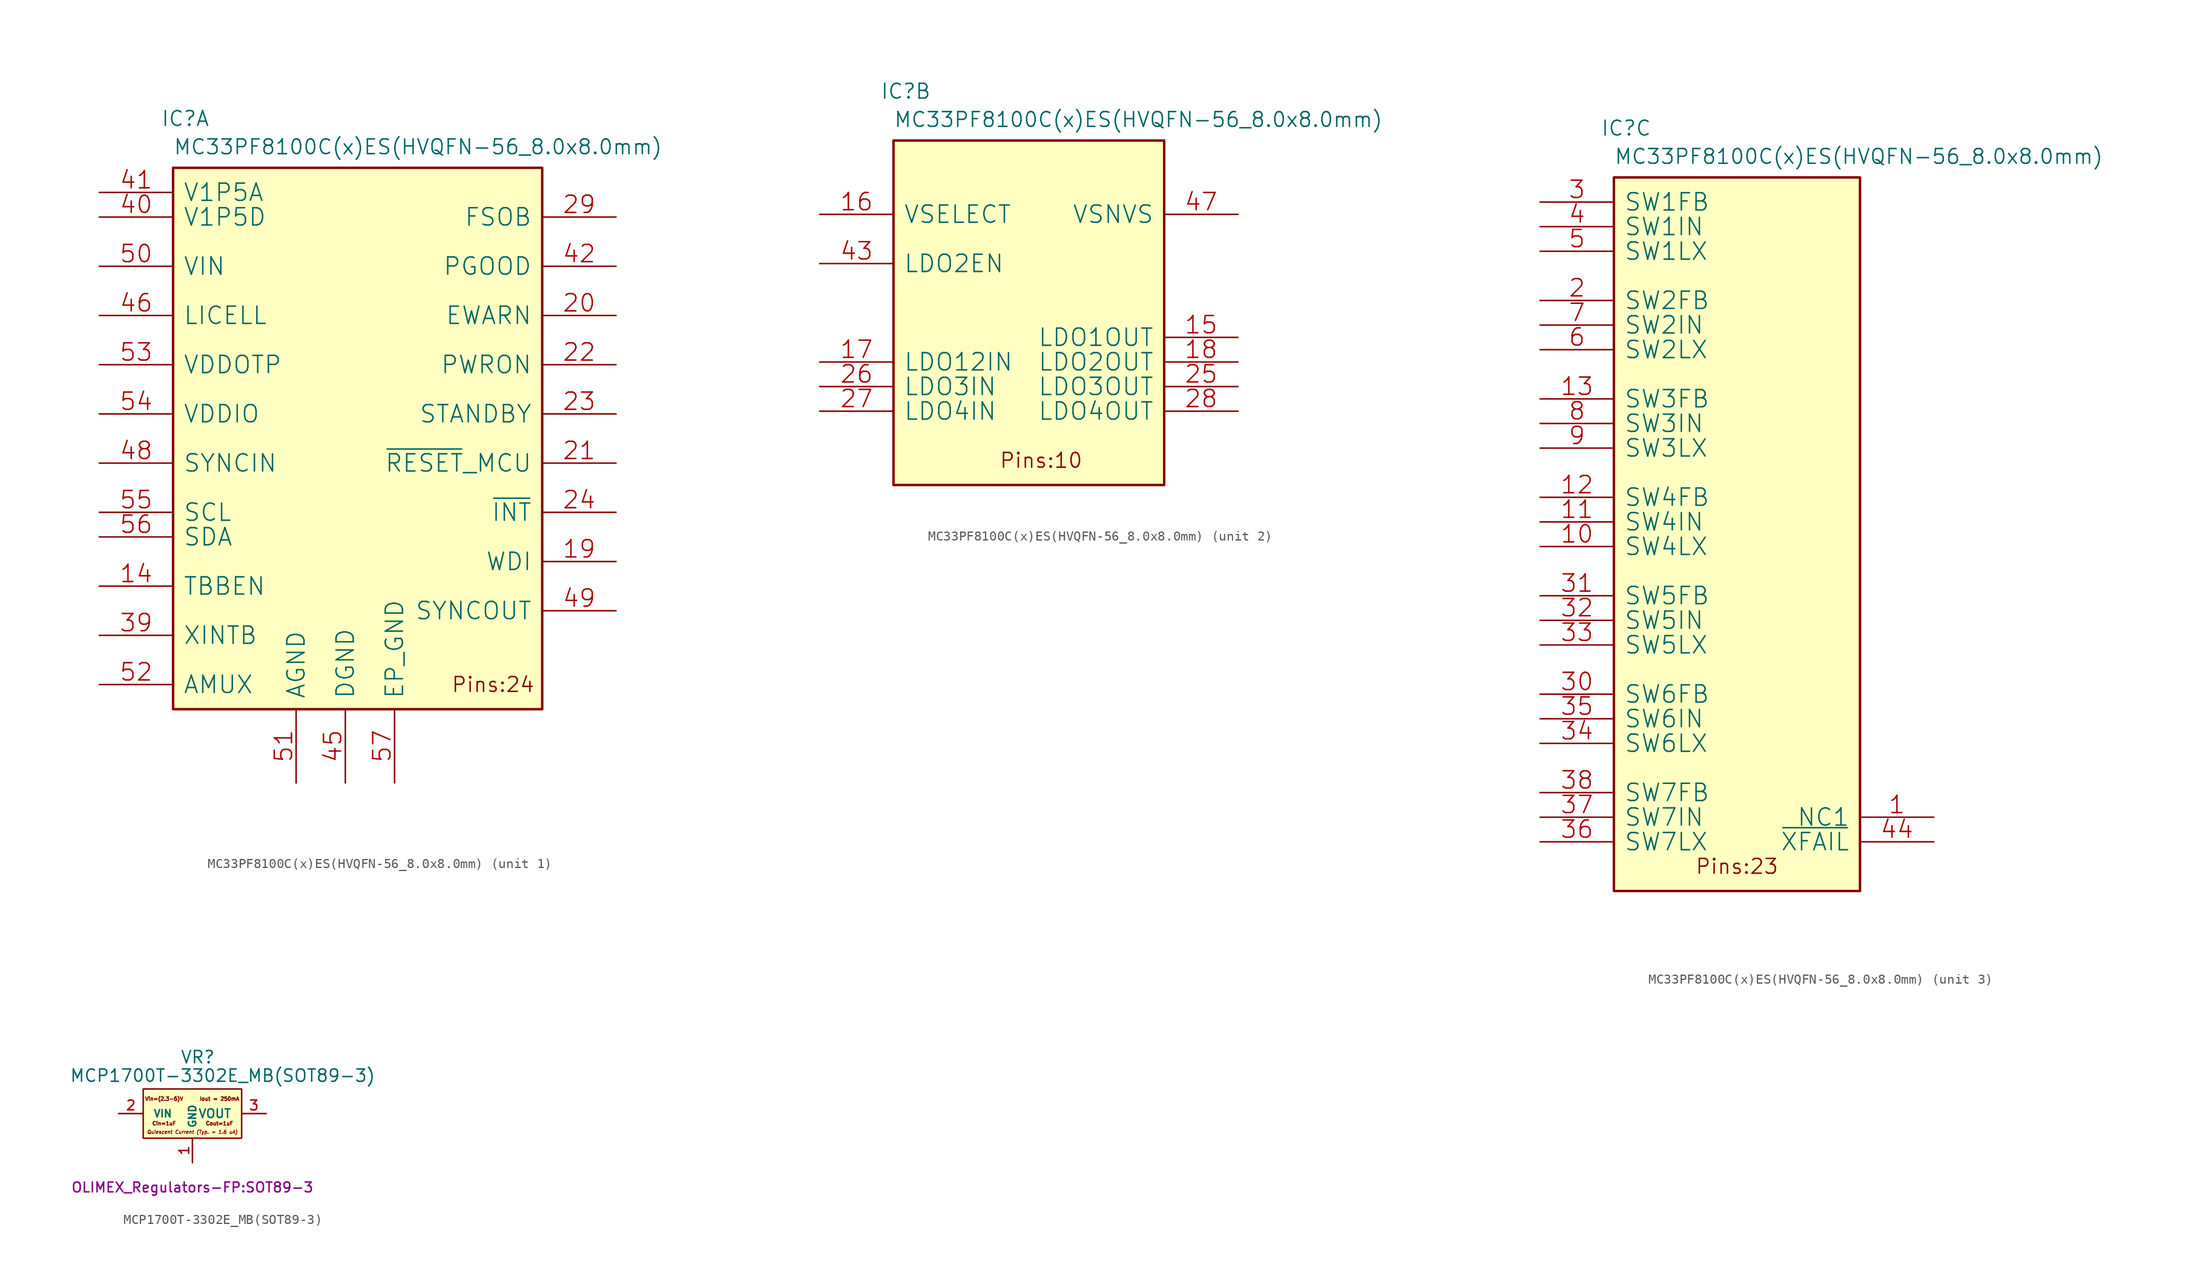
<source format=kicad_sym>
(kicad_symbol_lib
  (version 20211014)
  (generator kicad_symbol_editor)
  (symbol "MC33PF8100C(x)ES(HVQFN-56_8.0x8.0mm)"
    (pin_names
      (offset 1.016))
    (property "Reference" "IC"
      (at 1.27 5.08 0)
      (effects (font (size 1.524 1.524))))
    (property "Value" "MC33PF8100C(x)ES(HVQFN-56_8.0x8.0mm)"
      (at 0 1.27 0)
      (effects (font (size 1.524 1.524)) (justify left bottom)))
    (symbol "MC33PF8100C(x)ES(HVQFN-56_8.0x8.0mm)_1_1"
      (rectangle (start 0 -55.88) (end 38.1 0) (stroke (width 0.254) (type default) (color 0 0 0 0)) (fill (type background)))
      (text "Pins:24" (at 33.02 -53.34 0) (effects (font (size 1.524 1.524))))
      (pin input line (at -7.62 -43.18 0) (length 7.62) (name "TBBEN" (effects (font (size 1.778 1.778)))) (number "14" (effects (font (size 1.778 1.778)))))
      (pin input line (at 45.72 -40.64 180) (length 7.62) (name "WDI" (effects (font (size 1.778 1.778)))) (number "19" (effects (font (size 1.778 1.778)))))
      (pin open_collector line (at 45.72 -15.24 180) (length 7.62) (name "EWARN" (effects (font (size 1.778 1.778)))) (number "20" (effects (font (size 1.778 1.778)))))
      (pin open_collector line (at 45.72 -30.48 180) (length 7.62) (name "~{RESET}_MCU" (effects (font (size 1.778 1.778)))) (number "21" (effects (font (size 1.778 1.778)))))
      (pin input line (at 45.72 -20.32 180) (length 7.62) (name "PWRON" (effects (font (size 1.778 1.778)))) (number "22" (effects (font (size 1.778 1.778)))))
      (pin input line (at 45.72 -25.4 180) (length 7.62) (name "STANDBY" (effects (font (size 1.778 1.778)))) (number "23" (effects (font (size 1.778 1.778)))))
      (pin open_collector line (at 45.72 -35.56 180) (length 7.62) (name "~{INT}" (effects (font (size 1.778 1.778)))) (number "24" (effects (font (size 1.778 1.778)))))
      (pin output line (at 45.72 -5.08 180) (length 7.62) (name "FSOB" (effects (font (size 1.778 1.778)))) (number "29" (effects (font (size 1.778 1.778)))))
      (pin input line (at -7.62 -48.26 0) (length 7.62) (name "XINTB" (effects (font (size 1.778 1.778)))) (number "39" (effects (font (size 1.778 1.778)))))
      (pin output line (at -7.62 -5.08 0) (length 7.62) (name "V1P5D" (effects (font (size 1.778 1.778)))) (number "40" (effects (font (size 1.778 1.778)))))
      (pin output line (at -7.62 -2.54 0) (length 7.62) (name "V1P5A" (effects (font (size 1.778 1.778)))) (number "41" (effects (font (size 1.778 1.778)))))
      (pin open_collector line (at 45.72 -10.16 180) (length 7.62) (name "PGOOD" (effects (font (size 1.778 1.778)))) (number "42" (effects (font (size 1.778 1.778)))))
      (pin power_in line (at 17.78 -63.5 90) (length 7.62) (name "DGND" (effects (font (size 1.778 1.778)))) (number "45" (effects (font (size 1.778 1.778)))))
      (pin input line (at -7.62 -15.24 0) (length 7.62) (name "LICELL" (effects (font (size 1.778 1.778)))) (number "46" (effects (font (size 1.778 1.778)))))
      (pin input line (at -7.62 -30.48 0) (length 7.62) (name "SYNCIN" (effects (font (size 1.778 1.778)))) (number "48" (effects (font (size 1.778 1.778)))))
      (pin passive line (at 45.72 -45.72 180) (length 7.62) (name "SYNCOUT" (effects (font (size 1.778 1.778)))) (number "49" (effects (font (size 1.778 1.778)))))
      (pin power_in line (at -7.62 -10.16 0) (length 7.62) (name "VIN" (effects (font (size 1.778 1.778)))) (number "50" (effects (font (size 1.778 1.778)))))
      (pin power_in line (at 12.7 -63.5 90) (length 7.62) (name "AGND" (effects (font (size 1.778 1.778)))) (number "51" (effects (font (size 1.778 1.778)))))
      (pin output line (at -7.62 -53.34 0) (length 7.62) (name "AMUX" (effects (font (size 1.778 1.778)))) (number "52" (effects (font (size 1.778 1.778)))))
      (pin input line (at -7.62 -20.32 0) (length 7.62) (name "VDDOTP" (effects (font (size 1.778 1.778)))) (number "53" (effects (font (size 1.778 1.778)))))
      (pin power_in line (at -7.62 -25.4 0) (length 7.62) (name "VDDIO" (effects (font (size 1.778 1.778)))) (number "54" (effects (font (size 1.778 1.778)))))
      (pin input line (at -7.62 -35.56 0) (length 7.62) (name "SCL" (effects (font (size 1.778 1.778)))) (number "55" (effects (font (size 1.778 1.778)))))
      (pin bidirectional line (at -7.62 -38.1 0) (length 7.62) (name "SDA" (effects (font (size 1.778 1.778)))) (number "56" (effects (font (size 1.778 1.778)))))
      (pin power_in line (at 22.86 -63.5 90) (length 7.62) (name "EP_GND" (effects (font (size 1.778 1.778)))) (number "57" (effects (font (size 1.778 1.778))))))
    (symbol "MC33PF8100C(x)ES(HVQFN-56_8.0x8.0mm)_2_1"
      (rectangle (start 0 -35.56) (end 27.94 0) (stroke (width 0.254) (type default) (color 0 0 0 0)) (fill (type background)))
      (text "Pins:10" (at 15.24 -33.02 0) (effects (font (size 1.524 1.524))))
      (pin output line (at 35.56 -20.32 180) (length 7.62) (name "LDO1OUT" (effects (font (size 1.778 1.778)))) (number "15" (effects (font (size 1.778 1.778)))))
      (pin input line (at -7.62 -7.62 0) (length 7.62) (name "VSELECT" (effects (font (size 1.778 1.778)))) (number "16" (effects (font (size 1.778 1.778)))))
      (pin input line (at -7.62 -22.86 0) (length 7.62) (name "LDO12IN" (effects (font (size 1.778 1.778)))) (number "17" (effects (font (size 1.778 1.778)))))
      (pin output line (at 35.56 -22.86 180) (length 7.62) (name "LDO2OUT" (effects (font (size 1.778 1.778)))) (number "18" (effects (font (size 1.778 1.778)))))
      (pin output line (at 35.56 -25.4 180) (length 7.62) (name "LDO3OUT" (effects (font (size 1.778 1.778)))) (number "25" (effects (font (size 1.778 1.778)))))
      (pin input line (at -7.62 -25.4 0) (length 7.62) (name "LDO3IN" (effects (font (size 1.778 1.778)))) (number "26" (effects (font (size 1.778 1.778)))))
      (pin input line (at -7.62 -27.94 0) (length 7.62) (name "LDO4IN" (effects (font (size 1.778 1.778)))) (number "27" (effects (font (size 1.778 1.778)))))
      (pin output line (at 35.56 -27.94 180) (length 7.62) (name "LDO4OUT" (effects (font (size 1.778 1.778)))) (number "28" (effects (font (size 1.778 1.778)))))
      (pin input line (at -7.62 -12.7 0) (length 7.62) (name "LDO2EN" (effects (font (size 1.778 1.778)))) (number "43" (effects (font (size 1.778 1.778)))))
      (pin output line (at 35.56 -7.62 180) (length 7.62) (name "VSNVS" (effects (font (size 1.778 1.778)))) (number "47" (effects (font (size 1.778 1.778))))))
    (symbol "MC33PF8100C(x)ES(HVQFN-56_8.0x8.0mm)_3_1"
      (rectangle (start 0 -73.66) (end 25.4 0) (stroke (width 0.254) (type default) (color 0 0 0 0)) (fill (type background)))
      (text "Pins:23" (at 12.7 -71.12 0) (effects (font (size 1.524 1.524))))
      (pin passive line (at 33.02 -66.04 180) (length 7.62) (name "NC1" (effects (font (size 1.778 1.778)))) (number "1" (effects (font (size 1.778 1.778)))))
      (pin output line (at -7.62 -38.1 0) (length 7.62) (name "SW4LX" (effects (font (size 1.778 1.778)))) (number "10" (effects (font (size 1.778 1.778)))))
      (pin input line (at -7.62 -35.56 0) (length 7.62) (name "SW4IN" (effects (font (size 1.778 1.778)))) (number "11" (effects (font (size 1.778 1.778)))))
      (pin input line (at -7.62 -33.02 0) (length 7.62) (name "SW4FB" (effects (font (size 1.778 1.778)))) (number "12" (effects (font (size 1.778 1.778)))))
      (pin input line (at -7.62 -22.86 0) (length 7.62) (name "SW3FB" (effects (font (size 1.778 1.778)))) (number "13" (effects (font (size 1.778 1.778)))))
      (pin input line (at -7.62 -12.7 0) (length 7.62) (name "SW2FB" (effects (font (size 1.778 1.778)))) (number "2" (effects (font (size 1.778 1.778)))))
      (pin input line (at -7.62 -2.54 0) (length 7.62) (name "SW1FB" (effects (font (size 1.778 1.778)))) (number "3" (effects (font (size 1.778 1.778)))))
      (pin input line (at -7.62 -53.34 0) (length 7.62) (name "SW6FB" (effects (font (size 1.778 1.778)))) (number "30" (effects (font (size 1.778 1.778)))))
      (pin input line (at -7.62 -43.18 0) (length 7.62) (name "SW5FB" (effects (font (size 1.778 1.778)))) (number "31" (effects (font (size 1.778 1.778)))))
      (pin input line (at -7.62 -45.72 0) (length 7.62) (name "SW5IN" (effects (font (size 1.778 1.778)))) (number "32" (effects (font (size 1.778 1.778)))))
      (pin output line (at -7.62 -48.26 0) (length 7.62) (name "SW5LX" (effects (font (size 1.778 1.778)))) (number "33" (effects (font (size 1.778 1.778)))))
      (pin output line (at -7.62 -58.42 0) (length 7.62) (name "SW6LX" (effects (font (size 1.778 1.778)))) (number "34" (effects (font (size 1.778 1.778)))))
      (pin input line (at -7.62 -55.88 0) (length 7.62) (name "SW6IN" (effects (font (size 1.778 1.778)))) (number "35" (effects (font (size 1.778 1.778)))))
      (pin output line (at -7.62 -68.58 0) (length 7.62) (name "SW7LX" (effects (font (size 1.778 1.778)))) (number "36" (effects (font (size 1.778 1.778)))))
      (pin input line (at -7.62 -66.04 0) (length 7.62) (name "SW7IN" (effects (font (size 1.778 1.778)))) (number "37" (effects (font (size 1.778 1.778)))))
      (pin input line (at -7.62 -63.5 0) (length 7.62) (name "SW7FB" (effects (font (size 1.778 1.778)))) (number "38" (effects (font (size 1.778 1.778)))))
      (pin input line (at -7.62 -5.08 0) (length 7.62) (name "SW1IN" (effects (font (size 1.778 1.778)))) (number "4" (effects (font (size 1.778 1.778)))))
      (pin passive line (at 33.02 -68.58 180) (length 7.62) (name "~{XFAIL}" (effects (font (size 1.778 1.778)))) (number "44" (effects (font (size 1.778 1.778)))))
      (pin output line (at -7.62 -7.62 0) (length 7.62) (name "SW1LX" (effects (font (size 1.778 1.778)))) (number "5" (effects (font (size 1.778 1.778)))))
      (pin output line (at -7.62 -17.78 0) (length 7.62) (name "SW2LX" (effects (font (size 1.778 1.778)))) (number "6" (effects (font (size 1.778 1.778)))))
      (pin input line (at -7.62 -15.24 0) (length 7.62) (name "SW2IN" (effects (font (size 1.778 1.778)))) (number "7" (effects (font (size 1.778 1.778)))))
      (pin input line (at -7.62 -25.4 0) (length 7.62) (name "SW3IN" (effects (font (size 1.778 1.778)))) (number "8" (effects (font (size 1.778 1.778)))))
      (pin output line (at -7.62 -27.94 0) (length 7.62) (name "SW3LX" (effects (font (size 1.778 1.778)))) (number "9" (effects (font (size 1.778 1.778)))))))
  (symbol "MCP1700T-3302E_MB(SOT89-3)"
    (pin_names
      (offset 1.016))
    (property "Reference" "VR"
      (at -1.27 5.08 0)
      (effects (font (size 1.27 1.27)) (justify left bottom)))
    (property "Value" "MCP1700T-3302E_MB(SOT89-3)"
      (at -12.7 3.175 0)
      (effects (font (size 1.27 1.27)) (justify left bottom)))
    (property "Footprint" "OLIMEX_Regulators-FP:SOT89-3"
      (at 0 -7.62 0)
      (effects (font (size 1.016 1.016))))
    (property "Datasheet" ""
      (at 0.508 -0.254 0)
      (effects (font (size 2.54 2.54))))
    (symbol "MCP1700T-3302E_MB(SOT89-3)_1_0"
      (rectangle (start -5.08 2.54) (end 5.08 -2.54) (stroke (width 0) (type default) (color 0 0 0 0)) (fill (type background)))
      (text "Cin=1uF" (at -2.921 -1.016 0) (effects (font (size 0.381 0.381))))
      (text "Cout=1uF" (at 2.794 -1.016 0) (effects (font (size 0.381 0.381))))
      (text "Iout = 250mA" (at 2.794 1.524 0) (effects (font (size 0.381 0.381))))
      (text "Quiescent Current (Typ. = 1.6 uA)" (at 0 -1.905 0) (effects (font (size 0.356 0.356) bold italic)))
      (text "Vin=(2.3-6)V" (at -2.921 1.524 0) (effects (font (size 0.381 0.381)))))
    (symbol "MCP1700T-3302E_MB(SOT89-3)_1_1"
      (pin power_in line (at 0 -5.08 90) (length 2.54) (name "GND" (effects (font (size 0.762 0.762)))) (number "1" (effects (font (size 1.016 1.016)))))
      (pin input line (at -7.62 0 0) (length 2.54) (name "VIN" (effects (font (size 0.762 0.762)))) (number "2" (effects (font (size 1.016 1.016)))))
      (pin power_out line (at 7.62 0 180) (length 2.54) (name "VOUT" (effects (font (size 0.889 0.889)))) (number "3" (effects (font (size 1.016 1.016))))))))
</source>
